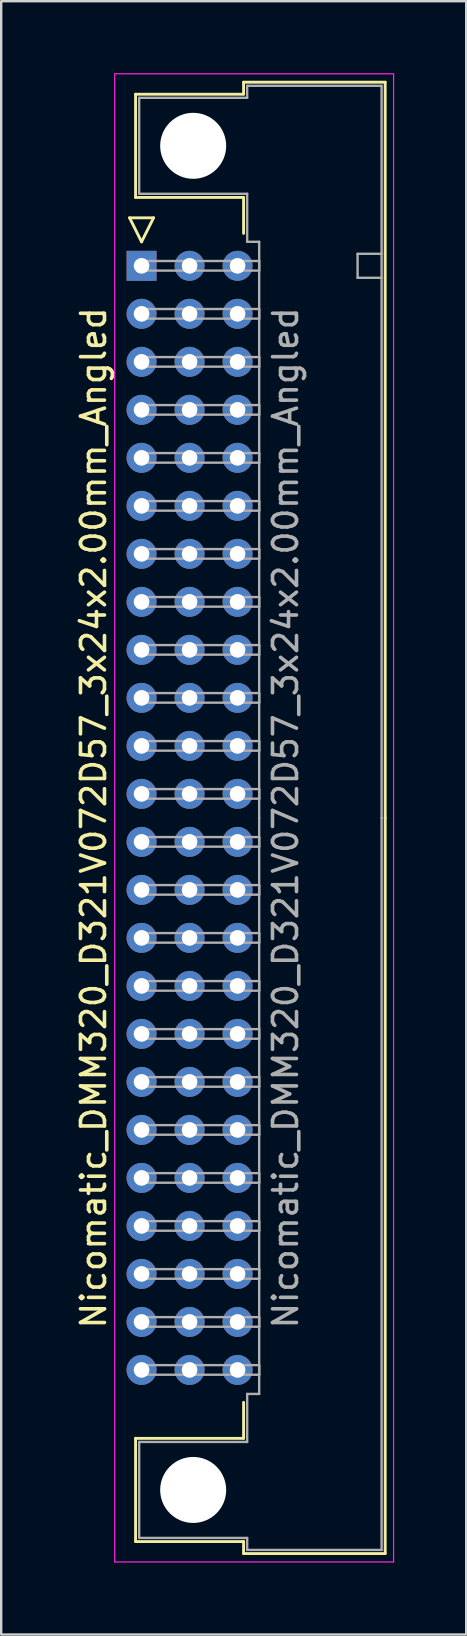
<source format=kicad_pcb>
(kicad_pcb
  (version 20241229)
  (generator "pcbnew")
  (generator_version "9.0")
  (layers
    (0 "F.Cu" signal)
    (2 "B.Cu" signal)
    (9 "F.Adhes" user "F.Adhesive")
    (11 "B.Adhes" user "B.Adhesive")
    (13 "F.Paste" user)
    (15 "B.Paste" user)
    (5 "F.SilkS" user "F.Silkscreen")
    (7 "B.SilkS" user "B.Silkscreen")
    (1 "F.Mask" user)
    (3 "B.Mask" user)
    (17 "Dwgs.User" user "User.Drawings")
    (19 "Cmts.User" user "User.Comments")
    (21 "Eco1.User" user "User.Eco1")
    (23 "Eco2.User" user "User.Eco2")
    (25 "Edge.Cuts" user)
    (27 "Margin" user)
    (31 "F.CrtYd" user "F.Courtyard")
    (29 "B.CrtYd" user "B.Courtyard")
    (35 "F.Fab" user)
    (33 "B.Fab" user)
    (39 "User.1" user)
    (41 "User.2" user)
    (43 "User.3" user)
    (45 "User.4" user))
  (footprint "Nicomatic_DMM320_D321V072D57_3x24x2.00mm_Angled"
    (layer "F.Cu")
    (at 2.848 8.025)
    (property "Reference" "Nicomatic_DMM320_D321V072D57_3x24x2.00mm_Angled" (at -2 23 90) (layer "F.SilkS") (effects (font (size 1 1) (thickness 0.15))))
    (attr through_hole)
    (fp_line (start -0.5 -2) (end 0 -1) (stroke (width 0.12) (type solid)) (layer "F.SilkS"))
    (fp_line (start -0.25 -7.15) (end -0.25 -2.85) (stroke (width 0.12) (type solid)) (layer "F.SilkS"))
    (fp_line (start -0.25 -2.85) (end 4.25 -2.85) (stroke (width 0.12) (type solid)) (layer "F.SilkS"))
    (fp_line (start -0.25 48.85) (end 4.25 48.85) (stroke (width 0.12) (type solid)) (layer "F.SilkS"))
    (fp_line (start -0.25 53.15) (end -0.25 48.85) (stroke (width 0.12) (type solid)) (layer "F.SilkS"))
    (fp_line (start 0 -1) (end 0.5 -2) (stroke (width 0.12) (type solid)) (layer "F.SilkS"))
    (fp_line (start 0.5 -2) (end -0.5 -2) (stroke (width 0.12) (type solid)) (layer "F.SilkS"))
    (fp_line (start 4.25 -7.65) (end 4.25 -7.15) (stroke (width 0.12) (type solid)) (layer "F.SilkS"))
    (fp_line (start 4.25 -7.15) (end -0.25 -7.15) (stroke (width 0.12) (type solid)) (layer "F.SilkS"))
    (fp_line (start 4.25 -2.85) (end 4.25 -1.35) (stroke (width 0.12) (type solid)) (layer "F.SilkS"))
    (fp_line (start 4.25 48.85) (end 4.25 47.35) (stroke (width 0.12) (type solid)) (layer "F.SilkS"))
    (fp_line (start 4.25 53.15) (end -0.25 53.15) (stroke (width 0.12) (type solid)) (layer "F.SilkS"))
    (fp_line (start 4.25 53.65) (end 4.25 53.15) (stroke (width 0.12) (type solid)) (layer "F.SilkS"))
    (fp_line (start 10.15 -7.65) (end 4.25 -7.65) (stroke (width 0.12) (type solid)) (layer "F.SilkS"))
    (fp_line (start 10.15 23) (end 10.15 -7.65) (stroke (width 0.12) (type solid)) (layer "F.SilkS"))
    (fp_line (start 10.15 23) (end 10.15 53.65) (stroke (width 0.12) (type solid)) (layer "F.SilkS"))
    (fp_line (start 10.15 53.65) (end 4.25 53.65) (stroke (width 0.12) (type solid)) (layer "F.SilkS"))
    (fp_line (start -1.12 -8) (end -1.12 54) (stroke (width 0.05) (type solid)) (layer "F.CrtYd"))
    (fp_line (start -1.12 54) (end 10.5 54) (stroke (width 0.05) (type solid)) (layer "F.CrtYd"))
    (fp_line (start 10.5 -8) (end -1.12 -8) (stroke (width 0.05) (type solid)) (layer "F.CrtYd"))
    (fp_line (start 10.5 54) (end 10.5 -8) (stroke (width 0.05) (type solid)) (layer "F.CrtYd"))
    (fp_line (start -0.1 -7) (end -0.1 -3) (stroke (width 0.1) (type solid)) (layer "F.Fab"))
    (fp_line (start -0.1 -3) (end 4.4 -3) (stroke (width 0.1) (type solid)) (layer "F.Fab"))
    (fp_line (start -0.1 49) (end 4.4 49) (stroke (width 0.1) (type solid)) (layer "F.Fab"))
    (fp_line (start -0.1 53) (end -0.1 49) (stroke (width 0.1) (type solid)) (layer "F.Fab"))
    (fp_line (start 0 -0.2) (end 0 0.2) (stroke (width 0.1) (type solid)) (layer "F.Fab"))
    (fp_line (start 0 0.2) (end 4.9 0.2) (stroke (width 0.1) (type solid)) (layer "F.Fab"))
    (fp_line (start 0 1.8) (end 0 2.2) (stroke (width 0.1) (type solid)) (layer "F.Fab"))
    (fp_line (start 0 2.2) (end 4.9 2.2) (stroke (width 0.1) (type solid)) (layer "F.Fab"))
    (fp_line (start 0 3.8) (end 0 4.2) (stroke (width 0.1) (type solid)) (layer "F.Fab"))
    (fp_line (start 0 4.2) (end 4.9 4.2) (stroke (width 0.1) (type solid)) (layer "F.Fab"))
    (fp_line (start 0 5.8) (end 0 6.2) (stroke (width 0.1) (type solid)) (layer "F.Fab"))
    (fp_line (start 0 6.2) (end 4.9 6.2) (stroke (width 0.1) (type solid)) (layer "F.Fab"))
    (fp_line (start 0 7.8) (end 0 8.2) (stroke (width 0.1) (type solid)) (layer "F.Fab"))
    (fp_line (start 0 8.2) (end 4.9 8.2) (stroke (width 0.1) (type solid)) (layer "F.Fab"))
    (fp_line (start 0 9.8) (end 0 10.2) (stroke (width 0.1) (type solid)) (layer "F.Fab"))
    (fp_line (start 0 10.2) (end 4.9 10.2) (stroke (width 0.1) (type solid)) (layer "F.Fab"))
    (fp_line (start 0 11.8) (end 0 12.2) (stroke (width 0.1) (type solid)) (layer "F.Fab"))
    (fp_line (start 0 12.2) (end 4.9 12.2) (stroke (width 0.1) (type solid)) (layer "F.Fab"))
    (fp_line (start 0 13.8) (end 0 14.2) (stroke (width 0.1) (type solid)) (layer "F.Fab"))
    (fp_line (start 0 14.2) (end 4.9 14.2) (stroke (width 0.1) (type solid)) (layer "F.Fab"))
    (fp_line (start 0 15.8) (end 0 16.2) (stroke (width 0.1) (type solid)) (layer "F.Fab"))
    (fp_line (start 0 16.2) (end 4.9 16.2) (stroke (width 0.1) (type solid)) (layer "F.Fab"))
    (fp_line (start 0 17.8) (end 0 18.2) (stroke (width 0.1) (type solid)) (layer "F.Fab"))
    (fp_line (start 0 18.2) (end 4.9 18.2) (stroke (width 0.1) (type solid)) (layer "F.Fab"))
    (fp_line (start 0 19.8) (end 0 20.2) (stroke (width 0.1) (type solid)) (layer "F.Fab"))
    (fp_line (start 0 20.2) (end 4.9 20.2) (stroke (width 0.1) (type solid)) (layer "F.Fab"))
    (fp_line (start 0 21.8) (end 0 22.2) (stroke (width 0.1) (type solid)) (layer "F.Fab"))
    (fp_line (start 0 22.2) (end 4.9 22.2) (stroke (width 0.1) (type solid)) (layer "F.Fab"))
    (fp_line (start 0 23.8) (end 0 24.2) (stroke (width 0.1) (type solid)) (layer "F.Fab"))
    (fp_line (start 0 24.2) (end 4.9 24.2) (stroke (width 0.1) (type solid)) (layer "F.Fab"))
    (fp_line (start 0 25.8) (end 0 26.2) (stroke (width 0.1) (type solid)) (layer "F.Fab"))
    (fp_line (start 0 26.2) (end 4.9 26.2) (stroke (width 0.1) (type solid)) (layer "F.Fab"))
    (fp_line (start 0 27.8) (end 0 28.2) (stroke (width 0.1) (type solid)) (layer "F.Fab"))
    (fp_line (start 0 28.2) (end 4.9 28.2) (stroke (width 0.1) (type solid)) (layer "F.Fab"))
    (fp_line (start 0 29.8) (end 0 30.2) (stroke (width 0.1) (type solid)) (layer "F.Fab"))
    (fp_line (start 0 30.2) (end 4.9 30.2) (stroke (width 0.1) (type solid)) (layer "F.Fab"))
    (fp_line (start 0 31.8) (end 0 32.2) (stroke (width 0.1) (type solid)) (layer "F.Fab"))
    (fp_line (start 0 32.2) (end 4.9 32.2) (stroke (width 0.1) (type solid)) (layer "F.Fab"))
    (fp_line (start 0 33.8) (end 0 34.2) (stroke (width 0.1) (type solid)) (layer "F.Fab"))
    (fp_line (start 0 34.2) (end 4.9 34.2) (stroke (width 0.1) (type solid)) (layer "F.Fab"))
    (fp_line (start 0 35.8) (end 0 36.2) (stroke (width 0.1) (type solid)) (layer "F.Fab"))
    (fp_line (start 0 36.2) (end 4.9 36.2) (stroke (width 0.1) (type solid)) (layer "F.Fab"))
    (fp_line (start 0 37.8) (end 0 38.2) (stroke (width 0.1) (type solid)) (layer "F.Fab"))
    (fp_line (start 0 38.2) (end 4.9 38.2) (stroke (width 0.1) (type solid)) (layer "F.Fab"))
    (fp_line (start 0 39.8) (end 0 40.2) (stroke (width 0.1) (type solid)) (layer "F.Fab"))
    (fp_line (start 0 40.2) (end 4.9 40.2) (stroke (width 0.1) (type solid)) (layer "F.Fab"))
    (fp_line (start 0 41.8) (end 0 42.2) (stroke (width 0.1) (type solid)) (layer "F.Fab"))
    (fp_line (start 0 42.2) (end 4.9 42.2) (stroke (width 0.1) (type solid)) (layer "F.Fab"))
    (fp_line (start 0 43.8) (end 0 44.2) (stroke (width 0.1) (type solid)) (layer "F.Fab"))
    (fp_line (start 0 44.2) (end 4.9 44.2) (stroke (width 0.1) (type solid)) (layer "F.Fab"))
    (fp_line (start 0 45.8) (end 0 46.2) (stroke (width 0.1) (type solid)) (layer "F.Fab"))
    (fp_line (start 0 46.2) (end 4.9 46.2) (stroke (width 0.1) (type solid)) (layer "F.Fab"))
    (fp_line (start 4.4 -7.5) (end 4.4 -7) (stroke (width 0.1) (type solid)) (layer "F.Fab"))
    (fp_line (start 4.4 -7) (end -0.1 -7) (stroke (width 0.1) (type solid)) (layer "F.Fab"))
    (fp_line (start 4.4 -3) (end 4.4 -1) (stroke (width 0.1) (type solid)) (layer "F.Fab"))
    (fp_line (start 4.4 -1) (end 4.9 -1) (stroke (width 0.1) (type solid)) (layer "F.Fab"))
    (fp_line (start 4.4 47) (end 4.9 47) (stroke (width 0.1) (type solid)) (layer "F.Fab"))
    (fp_line (start 4.4 49) (end 4.4 47) (stroke (width 0.1) (type solid)) (layer "F.Fab"))
    (fp_line (start 4.4 53) (end -0.1 53) (stroke (width 0.1) (type solid)) (layer "F.Fab"))
    (fp_line (start 4.4 53.5) (end 4.4 53) (stroke (width 0.1) (type solid)) (layer "F.Fab"))
    (fp_line (start 4.9 -1) (end 4.9 23) (stroke (width 0.1) (type solid)) (layer "F.Fab"))
    (fp_line (start 4.9 -0.2) (end 0 -0.2) (stroke (width 0.1) (type solid)) (layer "F.Fab"))
    (fp_line (start 4.9 0.2) (end 4.9 -0.2) (stroke (width 0.1) (type solid)) (layer "F.Fab"))
    (fp_line (start 4.9 1.8) (end 0 1.8) (stroke (width 0.1) (type solid)) (layer "F.Fab"))
    (fp_line (start 4.9 2.2) (end 4.9 1.8) (stroke (width 0.1) (type solid)) (layer "F.Fab"))
    (fp_line (start 4.9 3.8) (end 0 3.8) (stroke (width 0.1) (type solid)) (layer "F.Fab"))
    (fp_line (start 4.9 4.2) (end 4.9 3.8) (stroke (width 0.1) (type solid)) (layer "F.Fab"))
    (fp_line (start 4.9 5.8) (end 0 5.8) (stroke (width 0.1) (type solid)) (layer "F.Fab"))
    (fp_line (start 4.9 6.2) (end 4.9 5.8) (stroke (width 0.1) (type solid)) (layer "F.Fab"))
    (fp_line (start 4.9 7.8) (end 0 7.8) (stroke (width 0.1) (type solid)) (layer "F.Fab"))
    (fp_line (start 4.9 8.2) (end 4.9 7.8) (stroke (width 0.1) (type solid)) (layer "F.Fab"))
    (fp_line (start 4.9 9.8) (end 0 9.8) (stroke (width 0.1) (type solid)) (layer "F.Fab"))
    (fp_line (start 4.9 10.2) (end 4.9 9.8) (stroke (width 0.1) (type solid)) (layer "F.Fab"))
    (fp_line (start 4.9 11.8) (end 0 11.8) (stroke (width 0.1) (type solid)) (layer "F.Fab"))
    (fp_line (start 4.9 12.2) (end 4.9 11.8) (stroke (width 0.1) (type solid)) (layer "F.Fab"))
    (fp_line (start 4.9 13.8) (end 0 13.8) (stroke (width 0.1) (type solid)) (layer "F.Fab"))
    (fp_line (start 4.9 14.2) (end 4.9 13.8) (stroke (width 0.1) (type solid)) (layer "F.Fab"))
    (fp_line (start 4.9 15.8) (end 0 15.8) (stroke (width 0.1) (type solid)) (layer "F.Fab"))
    (fp_line (start 4.9 16.2) (end 4.9 15.8) (stroke (width 0.1) (type solid)) (layer "F.Fab"))
    (fp_line (start 4.9 17.8) (end 0 17.8) (stroke (width 0.1) (type solid)) (layer "F.Fab"))
    (fp_line (start 4.9 18.2) (end 4.9 17.8) (stroke (width 0.1) (type solid)) (layer "F.Fab"))
    (fp_line (start 4.9 19.8) (end 0 19.8) (stroke (width 0.1) (type solid)) (layer "F.Fab"))
    (fp_line (start 4.9 20.2) (end 4.9 19.8) (stroke (width 0.1) (type solid)) (layer "F.Fab"))
    (fp_line (start 4.9 21.8) (end 0 21.8) (stroke (width 0.1) (type solid)) (layer "F.Fab"))
    (fp_line (start 4.9 22.2) (end 4.9 21.8) (stroke (width 0.1) (type solid)) (layer "F.Fab"))
    (fp_line (start 4.9 23.8) (end 0 23.8) (stroke (width 0.1) (type solid)) (layer "F.Fab"))
    (fp_line (start 4.9 24.2) (end 4.9 23.8) (stroke (width 0.1) (type solid)) (layer "F.Fab"))
    (fp_line (start 4.9 25.8) (end 0 25.8) (stroke (width 0.1) (type solid)) (layer "F.Fab"))
    (fp_line (start 4.9 26.2) (end 4.9 25.8) (stroke (width 0.1) (type solid)) (layer "F.Fab"))
    (fp_line (start 4.9 27.8) (end 0 27.8) (stroke (width 0.1) (type solid)) (layer "F.Fab"))
    (fp_line (start 4.9 28.2) (end 4.9 27.8) (stroke (width 0.1) (type solid)) (layer "F.Fab"))
    (fp_line (start 4.9 29.8) (end 0 29.8) (stroke (width 0.1) (type solid)) (layer "F.Fab"))
    (fp_line (start 4.9 30.2) (end 4.9 29.8) (stroke (width 0.1) (type solid)) (layer "F.Fab"))
    (fp_line (start 4.9 31.8) (end 0 31.8) (stroke (width 0.1) (type solid)) (layer "F.Fab"))
    (fp_line (start 4.9 32.2) (end 4.9 31.8) (stroke (width 0.1) (type solid)) (layer "F.Fab"))
    (fp_line (start 4.9 33.8) (end 0 33.8) (stroke (width 0.1) (type solid)) (layer "F.Fab"))
    (fp_line (start 4.9 34.2) (end 4.9 33.8) (stroke (width 0.1) (type solid)) (layer "F.Fab"))
    (fp_line (start 4.9 35.8) (end 0 35.8) (stroke (width 0.1) (type solid)) (layer "F.Fab"))
    (fp_line (start 4.9 36.2) (end 4.9 35.8) (stroke (width 0.1) (type solid)) (layer "F.Fab"))
    (fp_line (start 4.9 37.8) (end 0 37.8) (stroke (width 0.1) (type solid)) (layer "F.Fab"))
    (fp_line (start 4.9 38.2) (end 4.9 37.8) (stroke (width 0.1) (type solid)) (layer "F.Fab"))
    (fp_line (start 4.9 39.8) (end 0 39.8) (stroke (width 0.1) (type solid)) (layer "F.Fab"))
    (fp_line (start 4.9 40.2) (end 4.9 39.8) (stroke (width 0.1) (type solid)) (layer "F.Fab"))
    (fp_line (start 4.9 41.8) (end 0 41.8) (stroke (width 0.1) (type solid)) (layer "F.Fab"))
    (fp_line (start 4.9 42.2) (end 4.9 41.8) (stroke (width 0.1) (type solid)) (layer "F.Fab"))
    (fp_line (start 4.9 43.8) (end 0 43.8) (stroke (width 0.1) (type solid)) (layer "F.Fab"))
    (fp_line (start 4.9 44.2) (end 4.9 43.8) (stroke (width 0.1) (type solid)) (layer "F.Fab"))
    (fp_line (start 4.9 45.8) (end 0 45.8) (stroke (width 0.1) (type solid)) (layer "F.Fab"))
    (fp_line (start 4.9 46.2) (end 4.9 45.8) (stroke (width 0.1) (type solid)) (layer "F.Fab"))
    (fp_line (start 4.9 47) (end 4.9 23) (stroke (width 0.1) (type solid)) (layer "F.Fab"))
    (fp_line (start 9 -0.5) (end 9 0.5) (stroke (width 0.1) (type solid)) (layer "F.Fab"))
    (fp_line (start 9 0.5) (end 10 0.5) (stroke (width 0.1) (type solid)) (layer "F.Fab"))
    (fp_line (start 10 -7.5) (end 4.4 -7.5) (stroke (width 0.1) (type solid)) (layer "F.Fab"))
    (fp_line (start 10 -0.5) (end 9 -0.5) (stroke (width 0.1) (type solid)) (layer "F.Fab"))
    (fp_line (start 10 23) (end 10 -7.5) (stroke (width 0.1) (type solid)) (layer "F.Fab"))
    (fp_line (start 10 23) (end 10 53.5) (stroke (width 0.1) (type solid)) (layer "F.Fab"))
    (fp_line (start 10 53.5) (end 4.4 53.5) (stroke (width 0.1) (type solid)) (layer "F.Fab"))
    (fp_text user "${REFERENCE}" (at 6 23 90) (layer "F.Fab") (effects (font (size 1 1) (thickness 0.15))))
    (pad "" np_thru_hole circle (at 2.15 -5) (size 2.75 2.75) (drill 2.75) (layers "*.Cu" "*.Mask"))
    (pad "" np_thru_hole circle (at 2.15 51) (size 2.75 2.75) (drill 2.75) (layers "*.Cu" "*.Mask"))
    (pad "1" thru_hole rect (at 0 0) (size 1.25 1.25) (drill 0.65) (layers "*.Cu" "*.Mask"))
    (pad "2" thru_hole oval (at 0 2) (size 1.25 1.25) (drill 0.65) (layers "*.Cu" "*.Mask"))
    (pad "3" thru_hole oval (at 0 4) (size 1.25 1.25) (drill 0.65) (layers "*.Cu" "*.Mask"))
    (pad "4" thru_hole oval (at 0 6) (size 1.25 1.25) (drill 0.65) (layers "*.Cu" "*.Mask"))
    (pad "5" thru_hole oval (at 0 8) (size 1.25 1.25) (drill 0.65) (layers "*.Cu" "*.Mask"))
    (pad "6" thru_hole oval (at 0 10) (size 1.25 1.25) (drill 0.65) (layers "*.Cu" "*.Mask"))
    (pad "7" thru_hole oval (at 0 12) (size 1.25 1.25) (drill 0.65) (layers "*.Cu" "*.Mask"))
    (pad "8" thru_hole oval (at 0 14) (size 1.25 1.25) (drill 0.65) (layers "*.Cu" "*.Mask"))
    (pad "9" thru_hole oval (at 0 16) (size 1.25 1.25) (drill 0.65) (layers "*.Cu" "*.Mask"))
    (pad "10" thru_hole oval (at 0 18) (size 1.25 1.25) (drill 0.65) (layers "*.Cu" "*.Mask"))
    (pad "11" thru_hole oval (at 0 20) (size 1.25 1.25) (drill 0.65) (layers "*.Cu" "*.Mask"))
    (pad "12" thru_hole oval (at 0 22) (size 1.25 1.25) (drill 0.65) (layers "*.Cu" "*.Mask"))
    (pad "13" thru_hole oval (at 0 24) (size 1.25 1.25) (drill 0.65) (layers "*.Cu" "*.Mask"))
    (pad "14" thru_hole oval (at 0 26) (size 1.25 1.25) (drill 0.65) (layers "*.Cu" "*.Mask"))
    (pad "15" thru_hole oval (at 0 28) (size 1.25 1.25) (drill 0.65) (layers "*.Cu" "*.Mask"))
    (pad "16" thru_hole oval (at 0 30) (size 1.25 1.25) (drill 0.65) (layers "*.Cu" "*.Mask"))
    (pad "17" thru_hole oval (at 0 32) (size 1.25 1.25) (drill 0.65) (layers "*.Cu" "*.Mask"))
    (pad "18" thru_hole oval (at 0 34) (size 1.25 1.25) (drill 0.65) (layers "*.Cu" "*.Mask"))
    (pad "19" thru_hole oval (at 0 36) (size 1.25 1.25) (drill 0.65) (layers "*.Cu" "*.Mask"))
    (pad "20" thru_hole oval (at 0 38) (size 1.25 1.25) (drill 0.65) (layers "*.Cu" "*.Mask"))
    (pad "21" thru_hole oval (at 0 40) (size 1.25 1.25) (drill 0.65) (layers "*.Cu" "*.Mask"))
    (pad "22" thru_hole oval (at 0 42) (size 1.25 1.25) (drill 0.65) (layers "*.Cu" "*.Mask"))
    (pad "23" thru_hole oval (at 0 44) (size 1.25 1.25) (drill 0.65) (layers "*.Cu" "*.Mask"))
    (pad "24" thru_hole oval (at 0 46) (size 1.25 1.25) (drill 0.65) (layers "*.Cu" "*.Mask"))
    (pad "25" thru_hole oval (at 2 0) (size 1.25 1.25) (drill 0.65) (layers "*.Cu" "*.Mask"))
    (pad "26" thru_hole oval (at 2 2) (size 1.25 1.25) (drill 0.65) (layers "*.Cu" "*.Mask"))
    (pad "27" thru_hole oval (at 2 4) (size 1.25 1.25) (drill 0.65) (layers "*.Cu" "*.Mask"))
    (pad "28" thru_hole oval (at 2 6) (size 1.25 1.25) (drill 0.65) (layers "*.Cu" "*.Mask"))
    (pad "29" thru_hole oval (at 2 8) (size 1.25 1.25) (drill 0.65) (layers "*.Cu" "*.Mask"))
    (pad "30" thru_hole oval (at 2 10) (size 1.25 1.25) (drill 0.65) (layers "*.Cu" "*.Mask"))
    (pad "31" thru_hole oval (at 2 12) (size 1.25 1.25) (drill 0.65) (layers "*.Cu" "*.Mask"))
    (pad "32" thru_hole oval (at 2 14) (size 1.25 1.25) (drill 0.65) (layers "*.Cu" "*.Mask"))
    (pad "33" thru_hole oval (at 2 16) (size 1.25 1.25) (drill 0.65) (layers "*.Cu" "*.Mask"))
    (pad "34" thru_hole oval (at 2 18) (size 1.25 1.25) (drill 0.65) (layers "*.Cu" "*.Mask"))
    (pad "35" thru_hole oval (at 2 20) (size 1.25 1.25) (drill 0.65) (layers "*.Cu" "*.Mask"))
    (pad "36" thru_hole oval (at 2 22) (size 1.25 1.25) (drill 0.65) (layers "*.Cu" "*.Mask"))
    (pad "37" thru_hole oval (at 2 24) (size 1.25 1.25) (drill 0.65) (layers "*.Cu" "*.Mask"))
    (pad "38" thru_hole oval (at 2 26) (size 1.25 1.25) (drill 0.65) (layers "*.Cu" "*.Mask"))
    (pad "39" thru_hole oval (at 2 28) (size 1.25 1.25) (drill 0.65) (layers "*.Cu" "*.Mask"))
    (pad "40" thru_hole oval (at 2 30) (size 1.25 1.25) (drill 0.65) (layers "*.Cu" "*.Mask"))
    (pad "41" thru_hole oval (at 2 32) (size 1.25 1.25) (drill 0.65) (layers "*.Cu" "*.Mask"))
    (pad "42" thru_hole oval (at 2 34) (size 1.25 1.25) (drill 0.65) (layers "*.Cu" "*.Mask"))
    (pad "43" thru_hole oval (at 2 36) (size 1.25 1.25) (drill 0.65) (layers "*.Cu" "*.Mask"))
    (pad "44" thru_hole oval (at 2 38) (size 1.25 1.25) (drill 0.65) (layers "*.Cu" "*.Mask"))
    (pad "45" thru_hole oval (at 2 40) (size 1.25 1.25) (drill 0.65) (layers "*.Cu" "*.Mask"))
    (pad "46" thru_hole oval (at 2 42) (size 1.25 1.25) (drill 0.65) (layers "*.Cu" "*.Mask"))
    (pad "47" thru_hole oval (at 2 44) (size 1.25 1.25) (drill 0.65) (layers "*.Cu" "*.Mask"))
    (pad "48" thru_hole oval (at 2 46) (size 1.25 1.25) (drill 0.65) (layers "*.Cu" "*.Mask"))
    (pad "49" thru_hole oval (at 4 0) (size 1.25 1.25) (drill 0.65) (layers "*.Cu" "*.Mask"))
    (pad "50" thru_hole oval (at 4 2) (size 1.25 1.25) (drill 0.65) (layers "*.Cu" "*.Mask"))
    (pad "51" thru_hole oval (at 4 4) (size 1.25 1.25) (drill 0.65) (layers "*.Cu" "*.Mask"))
    (pad "52" thru_hole oval (at 4 6) (size 1.25 1.25) (drill 0.65) (layers "*.Cu" "*.Mask"))
    (pad "53" thru_hole oval (at 4 8) (size 1.25 1.25) (drill 0.65) (layers "*.Cu" "*.Mask"))
    (pad "54" thru_hole oval (at 4 10) (size 1.25 1.25) (drill 0.65) (layers "*.Cu" "*.Mask"))
    (pad "55" thru_hole oval (at 4 12) (size 1.25 1.25) (drill 0.65) (layers "*.Cu" "*.Mask"))
    (pad "56" thru_hole oval (at 4 14) (size 1.25 1.25) (drill 0.65) (layers "*.Cu" "*.Mask"))
    (pad "57" thru_hole oval (at 4 16) (size 1.25 1.25) (drill 0.65) (layers "*.Cu" "*.Mask"))
    (pad "58" thru_hole oval (at 4 18) (size 1.25 1.25) (drill 0.65) (layers "*.Cu" "*.Mask"))
    (pad "59" thru_hole oval (at 4 20) (size 1.25 1.25) (drill 0.65) (layers "*.Cu" "*.Mask"))
    (pad "60" thru_hole oval (at 4 22) (size 1.25 1.25) (drill 0.65) (layers "*.Cu" "*.Mask"))
    (pad "61" thru_hole oval (at 4 24) (size 1.25 1.25) (drill 0.65) (layers "*.Cu" "*.Mask"))
    (pad "62" thru_hole oval (at 4 26) (size 1.25 1.25) (drill 0.65) (layers "*.Cu" "*.Mask"))
    (pad "63" thru_hole oval (at 4 28) (size 1.25 1.25) (drill 0.65) (layers "*.Cu" "*.Mask"))
    (pad "64" thru_hole oval (at 4 30) (size 1.25 1.25) (drill 0.65) (layers "*.Cu" "*.Mask"))
    (pad "65" thru_hole oval (at 4 32) (size 1.25 1.25) (drill 0.65) (layers "*.Cu" "*.Mask"))
    (pad "66" thru_hole oval (at 4 34) (size 1.25 1.25) (drill 0.65) (layers "*.Cu" "*.Mask"))
    (pad "67" thru_hole oval (at 4 36) (size 1.25 1.25) (drill 0.65) (layers "*.Cu" "*.Mask"))
    (pad "68" thru_hole oval (at 4 38) (size 1.25 1.25) (drill 0.65) (layers "*.Cu" "*.Mask"))
    (pad "69" thru_hole oval (at 4 40) (size 1.25 1.25) (drill 0.65) (layers "*.Cu" "*.Mask"))
    (pad "70" thru_hole oval (at 4 42) (size 1.25 1.25) (drill 0.65) (layers "*.Cu" "*.Mask"))
    (pad "71" thru_hole oval (at 4 44) (size 1.25 1.25) (drill 0.65) (layers "*.Cu" "*.Mask"))
    (pad "72" thru_hole oval (at 4 46) (size 1.25 1.25) (drill 0.65) (layers "*.Cu" "*.Mask")))
  (gr_rect
    (start -3 -3)
    (end 16.373 65.05)
    (stroke (width 0.1) (type default))
    (fill no)
    (layer "Edge.Cuts")))
</source>
